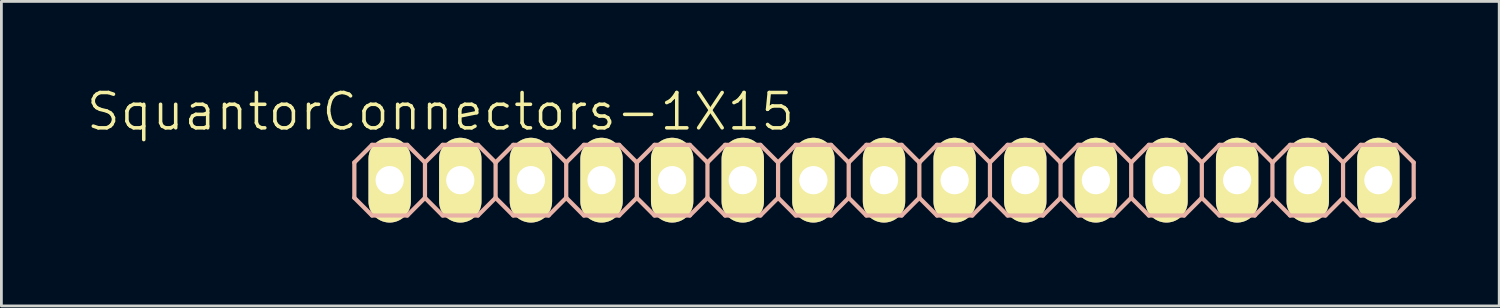
<source format=kicad_pcb>
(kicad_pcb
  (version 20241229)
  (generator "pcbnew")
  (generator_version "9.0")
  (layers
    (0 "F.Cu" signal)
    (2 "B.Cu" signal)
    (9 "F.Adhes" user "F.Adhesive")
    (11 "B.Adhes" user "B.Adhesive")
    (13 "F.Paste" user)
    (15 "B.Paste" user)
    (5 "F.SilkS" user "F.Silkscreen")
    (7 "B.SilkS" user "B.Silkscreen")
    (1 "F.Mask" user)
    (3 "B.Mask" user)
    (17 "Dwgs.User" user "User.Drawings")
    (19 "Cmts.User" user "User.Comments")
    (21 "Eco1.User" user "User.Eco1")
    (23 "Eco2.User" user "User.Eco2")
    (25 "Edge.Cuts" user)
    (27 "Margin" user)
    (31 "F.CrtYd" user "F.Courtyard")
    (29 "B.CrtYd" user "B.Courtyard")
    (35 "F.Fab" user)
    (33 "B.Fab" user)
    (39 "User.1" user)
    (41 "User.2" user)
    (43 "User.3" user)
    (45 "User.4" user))
  (footprint "SquantorConnectors-1X15"
    (layer "F.Cu")
    (at 28.745 3.43)
    (property "Reference" "SquantorConnectors-1X15" (at -15.951 -2.464 0) (layer "F.SilkS") (effects (font (size 1.27 1.27) (thickness 0.127))))
    (attr exclude_from_pos_files exclude_from_bom)
    (fp_line (start -18.034 -0.254) (end -17.523 -0.254) (stroke (width 0.066) (type solid)) (layer "F.SilkS"))
    (fp_line (start -18.034 0.254) (end -18.034 -0.254) (stroke (width 0.066) (type solid)) (layer "F.SilkS"))
    (fp_line (start -18.034 0.254) (end -17.523 0.254) (stroke (width 0.066) (type solid)) (layer "F.SilkS"))
    (fp_line (start -17.523 0.254) (end -17.523 -0.254) (stroke (width 0.066) (type solid)) (layer "F.SilkS"))
    (fp_line (start -15.494 -0.254) (end -14.986 -0.254) (stroke (width 0.066) (type solid)) (layer "F.SilkS"))
    (fp_line (start -15.494 0.254) (end -15.494 -0.254) (stroke (width 0.066) (type solid)) (layer "F.SilkS"))
    (fp_line (start -15.494 0.254) (end -14.986 0.254) (stroke (width 0.066) (type solid)) (layer "F.SilkS"))
    (fp_line (start -14.986 0.254) (end -14.986 -0.254) (stroke (width 0.066) (type solid)) (layer "F.SilkS"))
    (fp_line (start -12.954 -0.254) (end -12.446 -0.254) (stroke (width 0.066) (type solid)) (layer "F.SilkS"))
    (fp_line (start -12.954 0.254) (end -12.954 -0.254) (stroke (width 0.066) (type solid)) (layer "F.SilkS"))
    (fp_line (start -12.954 0.254) (end -12.446 0.254) (stroke (width 0.066) (type solid)) (layer "F.SilkS"))
    (fp_line (start -12.446 0.254) (end -12.446 -0.254) (stroke (width 0.066) (type solid)) (layer "F.SilkS"))
    (fp_line (start -10.414 -0.254) (end -9.906 -0.254) (stroke (width 0.066) (type solid)) (layer "F.SilkS"))
    (fp_line (start -10.414 0.254) (end -10.414 -0.254) (stroke (width 0.066) (type solid)) (layer "F.SilkS"))
    (fp_line (start -10.414 0.254) (end -9.906 0.254) (stroke (width 0.066) (type solid)) (layer "F.SilkS"))
    (fp_line (start -9.906 0.254) (end -9.906 -0.254) (stroke (width 0.066) (type solid)) (layer "F.SilkS"))
    (fp_line (start -7.874 -0.254) (end -7.366 -0.254) (stroke (width 0.066) (type solid)) (layer "F.SilkS"))
    (fp_line (start -7.874 0.254) (end -7.874 -0.254) (stroke (width 0.066) (type solid)) (layer "F.SilkS"))
    (fp_line (start -7.874 0.254) (end -7.366 0.254) (stroke (width 0.066) (type solid)) (layer "F.SilkS"))
    (fp_line (start -7.366 0.254) (end -7.366 -0.254) (stroke (width 0.066) (type solid)) (layer "F.SilkS"))
    (fp_line (start -5.334 -0.254) (end -4.826 -0.254) (stroke (width 0.066) (type solid)) (layer "F.SilkS"))
    (fp_line (start -5.334 0.254) (end -5.334 -0.254) (stroke (width 0.066) (type solid)) (layer "F.SilkS"))
    (fp_line (start -5.334 0.254) (end -4.826 0.254) (stroke (width 0.066) (type solid)) (layer "F.SilkS"))
    (fp_line (start -4.826 0.254) (end -4.826 -0.254) (stroke (width 0.066) (type solid)) (layer "F.SilkS"))
    (fp_line (start -2.794 -0.254) (end -2.286 -0.254) (stroke (width 0.066) (type solid)) (layer "F.SilkS"))
    (fp_line (start -2.794 0.254) (end -2.794 -0.254) (stroke (width 0.066) (type solid)) (layer "F.SilkS"))
    (fp_line (start -2.794 0.254) (end -2.286 0.254) (stroke (width 0.066) (type solid)) (layer "F.SilkS"))
    (fp_line (start -2.286 0.254) (end -2.286 -0.254) (stroke (width 0.066) (type solid)) (layer "F.SilkS"))
    (fp_line (start -0.254 -0.254) (end 0.254 -0.254) (stroke (width 0.066) (type solid)) (layer "F.SilkS"))
    (fp_line (start -0.254 0.254) (end -0.254 -0.254) (stroke (width 0.066) (type solid)) (layer "F.SilkS"))
    (fp_line (start -0.254 0.254) (end 0.254 0.254) (stroke (width 0.066) (type solid)) (layer "F.SilkS"))
    (fp_line (start 0.254 0.254) (end 0.254 -0.254) (stroke (width 0.066) (type solid)) (layer "F.SilkS"))
    (fp_line (start 2.286 -0.254) (end 2.794 -0.254) (stroke (width 0.066) (type solid)) (layer "F.SilkS"))
    (fp_line (start 2.286 0.254) (end 2.286 -0.254) (stroke (width 0.066) (type solid)) (layer "F.SilkS"))
    (fp_line (start 2.286 0.254) (end 2.794 0.254) (stroke (width 0.066) (type solid)) (layer "F.SilkS"))
    (fp_line (start 2.794 0.254) (end 2.794 -0.254) (stroke (width 0.066) (type solid)) (layer "F.SilkS"))
    (fp_line (start 4.826 -0.254) (end 5.334 -0.254) (stroke (width 0.066) (type solid)) (layer "F.SilkS"))
    (fp_line (start 4.826 0.254) (end 4.826 -0.254) (stroke (width 0.066) (type solid)) (layer "F.SilkS"))
    (fp_line (start 4.826 0.254) (end 5.334 0.254) (stroke (width 0.066) (type solid)) (layer "F.SilkS"))
    (fp_line (start 5.334 0.254) (end 5.334 -0.254) (stroke (width 0.066) (type solid)) (layer "F.SilkS"))
    (fp_line (start 7.366 -0.254) (end 7.874 -0.254) (stroke (width 0.066) (type solid)) (layer "F.SilkS"))
    (fp_line (start 7.366 0.254) (end 7.366 -0.254) (stroke (width 0.066) (type solid)) (layer "F.SilkS"))
    (fp_line (start 7.366 0.254) (end 7.874 0.254) (stroke (width 0.066) (type solid)) (layer "F.SilkS"))
    (fp_line (start 7.874 0.254) (end 7.874 -0.254) (stroke (width 0.066) (type solid)) (layer "F.SilkS"))
    (fp_line (start 9.906 -0.254) (end 10.414 -0.254) (stroke (width 0.066) (type solid)) (layer "F.SilkS"))
    (fp_line (start 9.906 0.254) (end 9.906 -0.254) (stroke (width 0.066) (type solid)) (layer "F.SilkS"))
    (fp_line (start 9.906 0.254) (end 10.414 0.254) (stroke (width 0.066) (type solid)) (layer "F.SilkS"))
    (fp_line (start 10.414 0.254) (end 10.414 -0.254) (stroke (width 0.066) (type solid)) (layer "F.SilkS"))
    (fp_line (start 12.446 -0.254) (end 12.954 -0.254) (stroke (width 0.066) (type solid)) (layer "F.SilkS"))
    (fp_line (start 12.446 0.254) (end 12.446 -0.254) (stroke (width 0.066) (type solid)) (layer "F.SilkS"))
    (fp_line (start 12.446 0.254) (end 12.954 0.254) (stroke (width 0.066) (type solid)) (layer "F.SilkS"))
    (fp_line (start 12.954 0.254) (end 12.954 -0.254) (stroke (width 0.066) (type solid)) (layer "F.SilkS"))
    (fp_line (start 14.986 -0.254) (end 15.494 -0.254) (stroke (width 0.066) (type solid)) (layer "F.SilkS"))
    (fp_line (start 14.986 0.254) (end 14.986 -0.254) (stroke (width 0.066) (type solid)) (layer "F.SilkS"))
    (fp_line (start 14.986 0.254) (end 15.494 0.254) (stroke (width 0.066) (type solid)) (layer "F.SilkS"))
    (fp_line (start 15.494 0.254) (end 15.494 -0.254) (stroke (width 0.066) (type solid)) (layer "F.SilkS"))
    (fp_line (start 17.523 -0.254) (end 18.034 -0.254) (stroke (width 0.066) (type solid)) (layer "F.SilkS"))
    (fp_line (start 17.523 0.254) (end 17.523 -0.254) (stroke (width 0.066) (type solid)) (layer "F.SilkS"))
    (fp_line (start 17.523 0.254) (end 18.034 0.254) (stroke (width 0.066) (type solid)) (layer "F.SilkS"))
    (fp_line (start 18.034 0.254) (end 18.034 -0.254) (stroke (width 0.066) (type solid)) (layer "F.SilkS"))
    (fp_line (start -19.05 -0.635) (end -19.05 0.635) (stroke (width 0.152) (type solid)) (layer "B.SilkS"))
    (fp_line (start -19.05 0.635) (end -18.415 1.27) (stroke (width 0.152) (type solid)) (layer "B.SilkS"))
    (fp_line (start -18.415 -1.27) (end -19.05 -0.635) (stroke (width 0.152) (type solid)) (layer "B.SilkS"))
    (fp_line (start -18.415 -1.27) (end -17.145 -1.27) (stroke (width 0.152) (type solid)) (layer "B.SilkS"))
    (fp_line (start -17.145 -1.27) (end -16.51 -0.635) (stroke (width 0.152) (type solid)) (layer "B.SilkS"))
    (fp_line (start -17.145 1.27) (end -18.415 1.27) (stroke (width 0.152) (type solid)) (layer "B.SilkS"))
    (fp_line (start -16.51 -0.635) (end -16.51 0.635) (stroke (width 0.152) (type solid)) (layer "B.SilkS"))
    (fp_line (start -16.51 -0.635) (end -15.875 -1.27) (stroke (width 0.152) (type solid)) (layer "B.SilkS"))
    (fp_line (start -16.51 0.635) (end -17.145 1.27) (stroke (width 0.152) (type solid)) (layer "B.SilkS"))
    (fp_line (start -15.875 -1.27) (end -14.605 -1.27) (stroke (width 0.152) (type solid)) (layer "B.SilkS"))
    (fp_line (start -15.875 1.27) (end -16.51 0.635) (stroke (width 0.152) (type solid)) (layer "B.SilkS"))
    (fp_line (start -14.605 -1.27) (end -13.97 -0.635) (stroke (width 0.152) (type solid)) (layer "B.SilkS"))
    (fp_line (start -14.605 1.27) (end -15.875 1.27) (stroke (width 0.152) (type solid)) (layer "B.SilkS"))
    (fp_line (start -13.97 -0.635) (end -13.97 0.635) (stroke (width 0.152) (type solid)) (layer "B.SilkS"))
    (fp_line (start -13.97 -0.635) (end -13.335 -1.27) (stroke (width 0.152) (type solid)) (layer "B.SilkS"))
    (fp_line (start -13.97 0.635) (end -14.605 1.27) (stroke (width 0.152) (type solid)) (layer "B.SilkS"))
    (fp_line (start -13.335 -1.27) (end -12.065 -1.27) (stroke (width 0.152) (type solid)) (layer "B.SilkS"))
    (fp_line (start -13.335 1.27) (end -13.97 0.635) (stroke (width 0.152) (type solid)) (layer "B.SilkS"))
    (fp_line (start -12.065 -1.27) (end -11.43 -0.635) (stroke (width 0.152) (type solid)) (layer "B.SilkS"))
    (fp_line (start -12.065 1.27) (end -13.335 1.27) (stroke (width 0.152) (type solid)) (layer "B.SilkS"))
    (fp_line (start -11.43 -0.635) (end -11.43 0.635) (stroke (width 0.152) (type solid)) (layer "B.SilkS"))
    (fp_line (start -11.43 0.635) (end -12.065 1.27) (stroke (width 0.152) (type solid)) (layer "B.SilkS"))
    (fp_line (start -11.43 0.635) (end -10.795 1.27) (stroke (width 0.152) (type solid)) (layer "B.SilkS"))
    (fp_line (start -10.795 -1.27) (end -11.43 -0.635) (stroke (width 0.152) (type solid)) (layer "B.SilkS"))
    (fp_line (start -10.795 -1.27) (end -9.525 -1.27) (stroke (width 0.152) (type solid)) (layer "B.SilkS"))
    (fp_line (start -9.525 -1.27) (end -8.89 -0.635) (stroke (width 0.152) (type solid)) (layer "B.SilkS"))
    (fp_line (start -9.525 1.27) (end -10.795 1.27) (stroke (width 0.152) (type solid)) (layer "B.SilkS"))
    (fp_line (start -8.89 -0.635) (end -8.89 0.635) (stroke (width 0.152) (type solid)) (layer "B.SilkS"))
    (fp_line (start -8.89 -0.635) (end -8.255 -1.27) (stroke (width 0.152) (type solid)) (layer "B.SilkS"))
    (fp_line (start -8.89 0.635) (end -9.525 1.27) (stroke (width 0.152) (type solid)) (layer "B.SilkS"))
    (fp_line (start -8.255 -1.27) (end -6.985 -1.27) (stroke (width 0.152) (type solid)) (layer "B.SilkS"))
    (fp_line (start -8.255 1.27) (end -8.89 0.635) (stroke (width 0.152) (type solid)) (layer "B.SilkS"))
    (fp_line (start -6.985 -1.27) (end -6.35 -0.635) (stroke (width 0.152) (type solid)) (layer "B.SilkS"))
    (fp_line (start -6.985 1.27) (end -8.255 1.27) (stroke (width 0.152) (type solid)) (layer "B.SilkS"))
    (fp_line (start -6.35 -0.635) (end -6.35 0.635) (stroke (width 0.152) (type solid)) (layer "B.SilkS"))
    (fp_line (start -6.35 -0.635) (end -5.715 -1.27) (stroke (width 0.152) (type solid)) (layer "B.SilkS"))
    (fp_line (start -6.35 0.635) (end -6.985 1.27) (stroke (width 0.152) (type solid)) (layer "B.SilkS"))
    (fp_line (start -5.715 -1.27) (end -4.445 -1.27) (stroke (width 0.152) (type solid)) (layer "B.SilkS"))
    (fp_line (start -5.715 1.27) (end -6.35 0.635) (stroke (width 0.152) (type solid)) (layer "B.SilkS"))
    (fp_line (start -4.445 -1.27) (end -3.81 -0.635) (stroke (width 0.152) (type solid)) (layer "B.SilkS"))
    (fp_line (start -4.445 1.27) (end -5.715 1.27) (stroke (width 0.152) (type solid)) (layer "B.SilkS"))
    (fp_line (start -3.81 -0.635) (end -3.81 0.635) (stroke (width 0.152) (type solid)) (layer "B.SilkS"))
    (fp_line (start -3.81 0.635) (end -4.445 1.27) (stroke (width 0.152) (type solid)) (layer "B.SilkS"))
    (fp_line (start -3.81 0.635) (end -3.175 1.27) (stroke (width 0.152) (type solid)) (layer "B.SilkS"))
    (fp_line (start -3.175 -1.27) (end -3.81 -0.635) (stroke (width 0.152) (type solid)) (layer "B.SilkS"))
    (fp_line (start -3.175 -1.27) (end -1.905 -1.27) (stroke (width 0.152) (type solid)) (layer "B.SilkS"))
    (fp_line (start -1.905 -1.27) (end -1.27 -0.635) (stroke (width 0.152) (type solid)) (layer "B.SilkS"))
    (fp_line (start -1.905 1.27) (end -3.175 1.27) (stroke (width 0.152) (type solid)) (layer "B.SilkS"))
    (fp_line (start -1.27 -0.635) (end -1.27 0.635) (stroke (width 0.152) (type solid)) (layer "B.SilkS"))
    (fp_line (start -1.27 -0.635) (end -0.635 -1.27) (stroke (width 0.152) (type solid)) (layer "B.SilkS"))
    (fp_line (start -1.27 0.635) (end -1.905 1.27) (stroke (width 0.152) (type solid)) (layer "B.SilkS"))
    (fp_line (start -0.635 -1.27) (end 0.635 -1.27) (stroke (width 0.152) (type solid)) (layer "B.SilkS"))
    (fp_line (start -0.635 1.27) (end -1.27 0.635) (stroke (width 0.152) (type solid)) (layer "B.SilkS"))
    (fp_line (start 0.635 -1.27) (end 1.27 -0.635) (stroke (width 0.152) (type solid)) (layer "B.SilkS"))
    (fp_line (start 0.635 1.27) (end -0.635 1.27) (stroke (width 0.152) (type solid)) (layer "B.SilkS"))
    (fp_line (start 1.27 -0.635) (end 1.27 0.635) (stroke (width 0.152) (type solid)) (layer "B.SilkS"))
    (fp_line (start 1.27 -0.635) (end 1.905 -1.27) (stroke (width 0.152) (type solid)) (layer "B.SilkS"))
    (fp_line (start 1.27 0.635) (end 0.635 1.27) (stroke (width 0.152) (type solid)) (layer "B.SilkS"))
    (fp_line (start 1.905 -1.27) (end 3.175 -1.27) (stroke (width 0.152) (type solid)) (layer "B.SilkS"))
    (fp_line (start 1.905 1.27) (end 1.27 0.635) (stroke (width 0.152) (type solid)) (layer "B.SilkS"))
    (fp_line (start 3.175 -1.27) (end 3.81 -0.635) (stroke (width 0.152) (type solid)) (layer "B.SilkS"))
    (fp_line (start 3.175 1.27) (end 1.905 1.27) (stroke (width 0.152) (type solid)) (layer "B.SilkS"))
    (fp_line (start 3.81 -0.635) (end 3.81 0.635) (stroke (width 0.152) (type solid)) (layer "B.SilkS"))
    (fp_line (start 3.81 0.635) (end 3.175 1.27) (stroke (width 0.152) (type solid)) (layer "B.SilkS"))
    (fp_line (start 3.81 0.635) (end 4.445 1.27) (stroke (width 0.152) (type solid)) (layer "B.SilkS"))
    (fp_line (start 4.445 -1.27) (end 3.81 -0.635) (stroke (width 0.152) (type solid)) (layer "B.SilkS"))
    (fp_line (start 4.445 -1.27) (end 5.715 -1.27) (stroke (width 0.152) (type solid)) (layer "B.SilkS"))
    (fp_line (start 5.715 -1.27) (end 6.35 -0.635) (stroke (width 0.152) (type solid)) (layer "B.SilkS"))
    (fp_line (start 5.715 1.27) (end 4.445 1.27) (stroke (width 0.152) (type solid)) (layer "B.SilkS"))
    (fp_line (start 6.35 -0.635) (end 6.35 0.635) (stroke (width 0.152) (type solid)) (layer "B.SilkS"))
    (fp_line (start 6.35 -0.635) (end 6.985 -1.27) (stroke (width 0.152) (type solid)) (layer "B.SilkS"))
    (fp_line (start 6.35 0.635) (end 5.715 1.27) (stroke (width 0.152) (type solid)) (layer "B.SilkS"))
    (fp_line (start 6.985 -1.27) (end 8.255 -1.27) (stroke (width 0.152) (type solid)) (layer "B.SilkS"))
    (fp_line (start 6.985 1.27) (end 6.35 0.635) (stroke (width 0.152) (type solid)) (layer "B.SilkS"))
    (fp_line (start 8.255 -1.27) (end 8.89 -0.635) (stroke (width 0.152) (type solid)) (layer "B.SilkS"))
    (fp_line (start 8.255 1.27) (end 6.985 1.27) (stroke (width 0.152) (type solid)) (layer "B.SilkS"))
    (fp_line (start 8.89 -0.635) (end 8.89 0.635) (stroke (width 0.152) (type solid)) (layer "B.SilkS"))
    (fp_line (start 8.89 -0.635) (end 9.525 -1.27) (stroke (width 0.152) (type solid)) (layer "B.SilkS"))
    (fp_line (start 8.89 0.635) (end 8.255 1.27) (stroke (width 0.152) (type solid)) (layer "B.SilkS"))
    (fp_line (start 9.525 -1.27) (end 10.795 -1.27) (stroke (width 0.152) (type solid)) (layer "B.SilkS"))
    (fp_line (start 9.525 1.27) (end 8.89 0.635) (stroke (width 0.152) (type solid)) (layer "B.SilkS"))
    (fp_line (start 10.795 -1.27) (end 11.43 -0.635) (stroke (width 0.152) (type solid)) (layer "B.SilkS"))
    (fp_line (start 10.795 1.27) (end 9.525 1.27) (stroke (width 0.152) (type solid)) (layer "B.SilkS"))
    (fp_line (start 11.43 -0.635) (end 11.43 0.635) (stroke (width 0.152) (type solid)) (layer "B.SilkS"))
    (fp_line (start 11.43 0.635) (end 10.795 1.27) (stroke (width 0.152) (type solid)) (layer "B.SilkS"))
    (fp_line (start 11.43 0.635) (end 12.065 1.27) (stroke (width 0.152) (type solid)) (layer "B.SilkS"))
    (fp_line (start 12.065 -1.27) (end 11.43 -0.635) (stroke (width 0.152) (type solid)) (layer "B.SilkS"))
    (fp_line (start 12.065 -1.27) (end 13.335 -1.27) (stroke (width 0.152) (type solid)) (layer "B.SilkS"))
    (fp_line (start 13.335 -1.27) (end 13.97 -0.635) (stroke (width 0.152) (type solid)) (layer "B.SilkS"))
    (fp_line (start 13.335 1.27) (end 12.065 1.27) (stroke (width 0.152) (type solid)) (layer "B.SilkS"))
    (fp_line (start 13.97 -0.635) (end 13.97 0.635) (stroke (width 0.152) (type solid)) (layer "B.SilkS"))
    (fp_line (start 13.97 -0.635) (end 14.605 -1.27) (stroke (width 0.152) (type solid)) (layer "B.SilkS"))
    (fp_line (start 13.97 0.635) (end 13.335 1.27) (stroke (width 0.152) (type solid)) (layer "B.SilkS"))
    (fp_line (start 14.605 -1.27) (end 15.875 -1.27) (stroke (width 0.152) (type solid)) (layer "B.SilkS"))
    (fp_line (start 14.605 1.27) (end 13.97 0.635) (stroke (width 0.152) (type solid)) (layer "B.SilkS"))
    (fp_line (start 15.875 -1.27) (end 16.51 -0.635) (stroke (width 0.152) (type solid)) (layer "B.SilkS"))
    (fp_line (start 15.875 1.27) (end 14.605 1.27) (stroke (width 0.152) (type solid)) (layer "B.SilkS"))
    (fp_line (start 16.51 -0.635) (end 16.51 0.635) (stroke (width 0.152) (type solid)) (layer "B.SilkS"))
    (fp_line (start 16.51 -0.635) (end 17.145 -1.27) (stroke (width 0.152) (type solid)) (layer "B.SilkS"))
    (fp_line (start 16.51 0.635) (end 15.875 1.27) (stroke (width 0.152) (type solid)) (layer "B.SilkS"))
    (fp_line (start 17.145 -1.27) (end 18.415 -1.27) (stroke (width 0.152) (type solid)) (layer "B.SilkS"))
    (fp_line (start 17.145 1.27) (end 16.51 0.635) (stroke (width 0.152) (type solid)) (layer "B.SilkS"))
    (fp_line (start 18.415 -1.27) (end 19.05 -0.635) (stroke (width 0.152) (type solid)) (layer "B.SilkS"))
    (fp_line (start 18.415 1.27) (end 17.145 1.27) (stroke (width 0.152) (type solid)) (layer "B.SilkS"))
    (fp_line (start 19.05 -0.635) (end 19.05 0.635) (stroke (width 0.152) (type solid)) (layer "B.SilkS"))
    (fp_line (start 19.05 0.635) (end 18.415 1.27) (stroke (width 0.152) (type solid)) (layer "B.SilkS"))
    (pad "1" thru_hole oval (at -17.78 0 180) (size 1.524 3.048) (drill 1.016) (layers "*.Cu" "F.Mask" "F.SilkS" "F.Paste"))
    (pad "2" thru_hole oval (at -15.24 0 180) (size 1.524 3.048) (drill 1.016) (layers "*.Cu" "F.Mask" "F.SilkS" "F.Paste"))
    (pad "3" thru_hole oval (at -12.7 0 180) (size 1.524 3.048) (drill 1.016) (layers "*.Cu" "F.Mask" "F.SilkS" "F.Paste"))
    (pad "4" thru_hole oval (at -10.16 0 180) (size 1.524 3.048) (drill 1.016) (layers "*.Cu" "F.Mask" "F.SilkS" "F.Paste"))
    (pad "5" thru_hole oval (at -7.62 0 180) (size 1.524 3.048) (drill 1.016) (layers "*.Cu" "F.Mask" "F.SilkS" "F.Paste"))
    (pad "6" thru_hole oval (at -5.08 0 180) (size 1.524 3.048) (drill 1.016) (layers "*.Cu" "F.Mask" "F.SilkS" "F.Paste"))
    (pad "7" thru_hole oval (at -2.54 0 180) (size 1.524 3.048) (drill 1.016) (layers "*.Cu" "F.Mask" "F.SilkS" "F.Paste"))
    (pad "8" thru_hole oval (at 0 0 180) (size 1.524 3.048) (drill 1.016) (layers "*.Cu" "F.Mask" "F.SilkS" "F.Paste"))
    (pad "9" thru_hole oval (at 2.54 0 180) (size 1.524 3.048) (drill 1.016) (layers "*.Cu" "F.Mask" "F.SilkS" "F.Paste"))
    (pad "10" thru_hole oval (at 5.08 0 180) (size 1.524 3.048) (drill 1.016) (layers "*.Cu" "F.Mask" "F.SilkS" "F.Paste"))
    (pad "11" thru_hole oval (at 7.62 0 180) (size 1.524 3.048) (drill 1.016) (layers "*.Cu" "F.Mask" "F.SilkS" "F.Paste"))
    (pad "12" thru_hole oval (at 10.16 0 180) (size 1.524 3.048) (drill 1.016) (layers "*.Cu" "F.Mask" "F.SilkS" "F.Paste"))
    (pad "13" thru_hole oval (at 12.7 0 180) (size 1.524 3.048) (drill 1.016) (layers "*.Cu" "F.Mask" "F.SilkS" "F.Paste"))
    (pad "14" thru_hole oval (at 15.24 0 180) (size 1.524 3.048) (drill 1.016) (layers "*.Cu" "F.Mask" "F.SilkS" "F.Paste"))
    (pad "15" thru_hole oval (at 17.78 0 180) (size 1.524 3.048) (drill 1.016) (layers "*.Cu" "F.Mask" "F.SilkS" "F.Paste")))
  (gr_rect
    (start -3 -3)
    (end 50.871 7.954)
    (stroke (width 0.1) (type default))
    (fill no)
    (layer "Edge.Cuts")))
</source>
